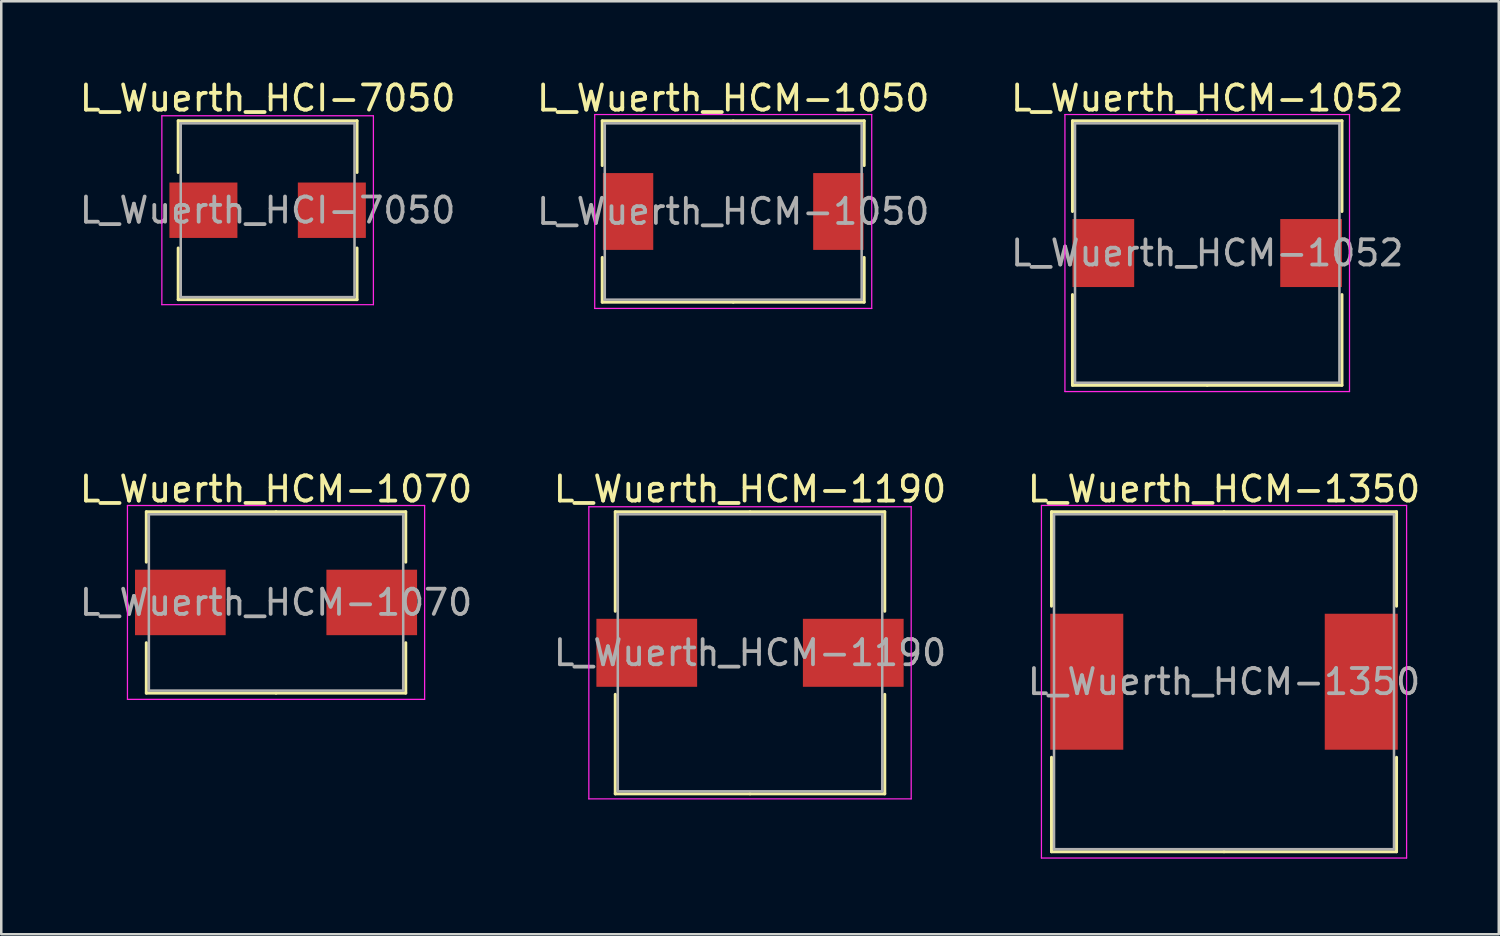
<source format=kicad_pcb>
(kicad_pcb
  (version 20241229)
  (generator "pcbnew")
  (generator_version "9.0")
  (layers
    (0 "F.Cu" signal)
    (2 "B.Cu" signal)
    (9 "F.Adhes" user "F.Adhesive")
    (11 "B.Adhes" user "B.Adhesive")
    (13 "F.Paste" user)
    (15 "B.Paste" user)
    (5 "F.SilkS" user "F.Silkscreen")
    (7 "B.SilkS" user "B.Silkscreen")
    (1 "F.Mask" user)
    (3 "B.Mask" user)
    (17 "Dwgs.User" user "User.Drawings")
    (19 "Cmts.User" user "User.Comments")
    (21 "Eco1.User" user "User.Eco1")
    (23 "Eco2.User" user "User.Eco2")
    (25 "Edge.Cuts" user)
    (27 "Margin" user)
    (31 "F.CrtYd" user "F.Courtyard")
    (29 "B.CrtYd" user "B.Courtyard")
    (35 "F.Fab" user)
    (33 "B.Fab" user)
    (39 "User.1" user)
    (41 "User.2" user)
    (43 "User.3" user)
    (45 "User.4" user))
  (footprint "L_Wuerth_HCM-1052"
    (layer "F.Cu")
    (at 44.887 6.998)
    (property "Reference" "L_Wuerth_HCM-1052" (at 0 -6.15 0) (layer "F.SilkS") (effects (font (size 1 1) (thickness 0.15))))
    (attr smd)
    (fp_line (start -5.35 -5.25) (end 0 -5.25) (stroke (width 0.12) (type solid)) (layer "F.SilkS"))
    (fp_line (start -5.35 -1.65) (end -5.35 -5.25) (stroke (width 0.12) (type solid)) (layer "F.SilkS"))
    (fp_line (start -5.35 1.65) (end -5.35 5.25) (stroke (width 0.12) (type solid)) (layer "F.SilkS"))
    (fp_line (start -5.35 5.25) (end 0 5.25) (stroke (width 0.12) (type solid)) (layer "F.SilkS"))
    (fp_line (start 5.35 -5.25) (end 0 -5.25) (stroke (width 0.12) (type solid)) (layer "F.SilkS"))
    (fp_line (start 5.35 -1.65) (end 5.35 -5.25) (stroke (width 0.12) (type solid)) (layer "F.SilkS"))
    (fp_line (start 5.35 1.65) (end 5.35 5.25) (stroke (width 0.12) (type solid)) (layer "F.SilkS"))
    (fp_line (start 5.35 5.25) (end 0 5.25) (stroke (width 0.12) (type solid)) (layer "F.SilkS"))
    (fp_line (start -5.65 -5.5) (end -5.65 5.5) (stroke (width 0.05) (type solid)) (layer "F.CrtYd"))
    (fp_line (start -5.65 5.5) (end 5.65 5.5) (stroke (width 0.05) (type solid)) (layer "F.CrtYd"))
    (fp_line (start 5.65 -5.5) (end -5.65 -5.5) (stroke (width 0.05) (type solid)) (layer "F.CrtYd"))
    (fp_line (start 5.65 5.5) (end 5.65 -5.5) (stroke (width 0.05) (type solid)) (layer "F.CrtYd"))
    (fp_line (start -5.25 -5.15) (end -5.25 5.15) (stroke (width 0.1) (type solid)) (layer "F.Fab"))
    (fp_line (start -5.25 5.15) (end 5.25 5.15) (stroke (width 0.1) (type solid)) (layer "F.Fab"))
    (fp_line (start 5.25 -5.15) (end -5.25 -5.15) (stroke (width 0.1) (type solid)) (layer "F.Fab"))
    (fp_line (start 5.25 5.15) (end 5.25 -5.15) (stroke (width 0.1) (type solid)) (layer "F.Fab"))
    (fp_text user "${REFERENCE}" (at 0 0 0) (layer "F.Fab") (effects (font (size 1 1) (thickness 0.15))))
    (pad "1" smd rect (at -4.125 0) (size 2.45 2.7) (layers "F.Cu" "F.Mask" "F.Paste"))
    (pad "2" smd rect (at 4.125 0) (size 2.45 2.7) (layers "F.Cu" "F.Mask" "F.Paste")))
  (footprint "L_Wuerth_HCM-1190"
    (layer "F.Cu")
    (at 26.732 22.872)
    (property "Reference" "L_Wuerth_HCM-1190" (at 0 -6.5 0) (layer "F.SilkS") (effects (font (size 1 1) (thickness 0.15))))
    (attr smd)
    (fp_line (start -5.35 -5.6) (end 0 -5.6) (stroke (width 0.12) (type solid)) (layer "F.SilkS"))
    (fp_line (start -5.35 -1.65) (end -5.35 -5.6) (stroke (width 0.12) (type solid)) (layer "F.SilkS"))
    (fp_line (start -5.35 1.65) (end -5.35 5.6) (stroke (width 0.12) (type solid)) (layer "F.SilkS"))
    (fp_line (start -5.35 5.6) (end 0 5.6) (stroke (width 0.12) (type solid)) (layer "F.SilkS"))
    (fp_line (start 5.35 -5.6) (end 0 -5.6) (stroke (width 0.12) (type solid)) (layer "F.SilkS"))
    (fp_line (start 5.35 -1.65) (end 5.35 -5.6) (stroke (width 0.12) (type solid)) (layer "F.SilkS"))
    (fp_line (start 5.35 1.65) (end 5.35 5.6) (stroke (width 0.12) (type solid)) (layer "F.SilkS"))
    (fp_line (start 5.35 5.6) (end 0 5.6) (stroke (width 0.12) (type solid)) (layer "F.SilkS"))
    (fp_line (start -6.4 -5.8) (end -6.4 5.8) (stroke (width 0.05) (type solid)) (layer "F.CrtYd"))
    (fp_line (start -6.4 5.8) (end 6.4 5.8) (stroke (width 0.05) (type solid)) (layer "F.CrtYd"))
    (fp_line (start 6.4 -5.8) (end -6.4 -5.8) (stroke (width 0.05) (type solid)) (layer "F.CrtYd"))
    (fp_line (start 6.4 5.8) (end 6.4 -5.8) (stroke (width 0.05) (type solid)) (layer "F.CrtYd"))
    (fp_line (start -5.25 -5.5) (end -5.25 5.5) (stroke (width 0.1) (type solid)) (layer "F.Fab"))
    (fp_line (start -5.25 5.5) (end 5.25 5.5) (stroke (width 0.1) (type solid)) (layer "F.Fab"))
    (fp_line (start 5.25 -5.5) (end -5.25 -5.5) (stroke (width 0.1) (type solid)) (layer "F.Fab"))
    (fp_line (start 5.25 5.5) (end 5.25 -5.5) (stroke (width 0.1) (type solid)) (layer "F.Fab"))
    (fp_text user "${REFERENCE}" (at 0 0 0) (layer "F.Fab") (effects (font (size 1 1) (thickness 0.15))))
    (pad "1" smd rect (at -4.1 0) (size 4 2.7) (layers "F.Cu" "F.Mask" "F.Paste"))
    (pad "2" smd rect (at 4.1 0) (size 4 2.7) (layers "F.Cu" "F.Mask" "F.Paste")))
  (footprint "L_Wuerth_HCI-7050"
    (layer "F.Cu")
    (at 7.577 5.298)
    (property "Reference" "L_Wuerth_HCI-7050" (at 0 -4.45 0) (layer "F.SilkS") (effects (font (size 1 1) (thickness 0.15))))
    (attr smd)
    (fp_line (start -3.55 -3.55) (end 3.55 -3.55) (stroke (width 0.12) (type solid)) (layer "F.SilkS"))
    (fp_line (start -3.55 -1.5) (end -3.55 -3.55) (stroke (width 0.12) (type solid)) (layer "F.SilkS"))
    (fp_line (start -3.55 1.5) (end -3.55 3.55) (stroke (width 0.12) (type solid)) (layer "F.SilkS"))
    (fp_line (start -3.55 3.55) (end 3.55 3.55) (stroke (width 0.12) (type solid)) (layer "F.SilkS"))
    (fp_line (start 3.55 -3.55) (end 3.55 -1.5) (stroke (width 0.12) (type solid)) (layer "F.SilkS"))
    (fp_line (start 3.55 3.55) (end 3.55 1.5) (stroke (width 0.12) (type solid)) (layer "F.SilkS"))
    (fp_line (start -4.2 -3.75) (end -4.2 3.75) (stroke (width 0.05) (type solid)) (layer "F.CrtYd"))
    (fp_line (start -4.2 3.75) (end 4.2 3.75) (stroke (width 0.05) (type solid)) (layer "F.CrtYd"))
    (fp_line (start 4.2 -3.75) (end -4.2 -3.75) (stroke (width 0.05) (type solid)) (layer "F.CrtYd"))
    (fp_line (start 4.2 3.75) (end 4.2 -3.75) (stroke (width 0.05) (type solid)) (layer "F.CrtYd"))
    (fp_line (start -3.45 -3.45) (end -3.45 3.45) (stroke (width 0.1) (type solid)) (layer "F.Fab"))
    (fp_line (start -3.45 3.45) (end 3.45 3.45) (stroke (width 0.1) (type solid)) (layer "F.Fab"))
    (fp_line (start 3.45 -3.45) (end -3.45 -3.45) (stroke (width 0.1) (type solid)) (layer "F.Fab"))
    (fp_line (start 3.45 3.45) (end 3.45 -3.45) (stroke (width 0.1) (type solid)) (layer "F.Fab"))
    (fp_text user "${REFERENCE}" (at 0 0 0) (layer "F.Fab") (effects (font (size 1 1) (thickness 0.15))))
    (pad "1" smd rect (at -2.55 0) (size 2.7 2.2) (layers "F.Cu" "F.Mask" "F.Paste"))
    (pad "2" smd rect (at 2.55 0) (size 2.7 2.2) (layers "F.Cu" "F.Mask" "F.Paste")))
  (footprint "L_Wuerth_HCM-1050"
    (layer "F.Cu")
    (at 26.065 5.348)
    (property "Reference" "L_Wuerth_HCM-1050" (at 0 -4.5 0) (layer "F.SilkS") (effects (font (size 1 1) (thickness 0.15))))
    (attr smd)
    (fp_line (start -5.2 -3.6) (end 0 -3.6) (stroke (width 0.12) (type solid)) (layer "F.SilkS"))
    (fp_line (start -5.2 -1.825) (end -5.2 -3.6) (stroke (width 0.12) (type solid)) (layer "F.SilkS"))
    (fp_line (start -5.2 1.825) (end -5.2 3.6) (stroke (width 0.12) (type solid)) (layer "F.SilkS"))
    (fp_line (start -5.2 3.6) (end 0 3.6) (stroke (width 0.12) (type solid)) (layer "F.SilkS"))
    (fp_line (start 5.2 -3.6) (end 0 -3.6) (stroke (width 0.12) (type solid)) (layer "F.SilkS"))
    (fp_line (start 5.2 -1.825) (end 5.2 -3.6) (stroke (width 0.12) (type solid)) (layer "F.SilkS"))
    (fp_line (start 5.2 1.825) (end 5.2 3.6) (stroke (width 0.12) (type solid)) (layer "F.SilkS"))
    (fp_line (start 5.2 3.6) (end 0 3.6) (stroke (width 0.12) (type solid)) (layer "F.SilkS"))
    (fp_line (start -5.5 -3.85) (end -5.5 3.85) (stroke (width 0.05) (type solid)) (layer "F.CrtYd"))
    (fp_line (start -5.5 3.85) (end 5.5 3.85) (stroke (width 0.05) (type solid)) (layer "F.CrtYd"))
    (fp_line (start 5.5 -3.85) (end -5.5 -3.85) (stroke (width 0.05) (type solid)) (layer "F.CrtYd"))
    (fp_line (start 5.5 3.85) (end 5.5 -3.85) (stroke (width 0.05) (type solid)) (layer "F.CrtYd"))
    (fp_line (start -5.1 -3.5) (end -5.1 3.5) (stroke (width 0.1) (type solid)) (layer "F.Fab"))
    (fp_line (start -5.1 3.5) (end 5.1 3.5) (stroke (width 0.1) (type solid)) (layer "F.Fab"))
    (fp_line (start 5.1 -3.5) (end -5.1 -3.5) (stroke (width 0.1) (type solid)) (layer "F.Fab"))
    (fp_line (start 5.1 3.5) (end 5.1 -3.5) (stroke (width 0.1) (type solid)) (layer "F.Fab"))
    (fp_text user "${REFERENCE}" (at 0 0 0) (layer "F.Fab") (effects (font (size 1 1) (thickness 0.15))))
    (pad "1" smd rect (at -4.175 0) (size 2 3.05) (layers "F.Cu" "F.Mask" "F.Paste"))
    (pad "2" smd rect (at 4.175 0) (size 2 3.05) (layers "F.Cu" "F.Mask" "F.Paste")))
  (footprint "L_Wuerth_HCM-1350"
    (layer "F.Cu")
    (at 45.554 24.021)
    (property "Reference" "L_Wuerth_HCM-1350" (at 0 -7.65 0) (layer "F.SilkS") (effects (font (size 1 1) (thickness 0.15))))
    (attr smd)
    (fp_line (start -6.85 -6.75) (end 0 -6.75) (stroke (width 0.12) (type solid)) (layer "F.SilkS"))
    (fp_line (start -6.85 -3) (end -6.85 -6.75) (stroke (width 0.12) (type solid)) (layer "F.SilkS"))
    (fp_line (start -6.85 3) (end -6.85 6.75) (stroke (width 0.12) (type solid)) (layer "F.SilkS"))
    (fp_line (start -6.85 6.75) (end 0 6.75) (stroke (width 0.12) (type solid)) (layer "F.SilkS"))
    (fp_line (start 6.85 -6.75) (end 0 -6.75) (stroke (width 0.12) (type solid)) (layer "F.SilkS"))
    (fp_line (start 6.85 -3) (end 6.85 -6.75) (stroke (width 0.12) (type solid)) (layer "F.SilkS"))
    (fp_line (start 6.85 3) (end 6.85 6.75) (stroke (width 0.12) (type solid)) (layer "F.SilkS"))
    (fp_line (start 6.85 6.75) (end 0 6.75) (stroke (width 0.12) (type solid)) (layer "F.SilkS"))
    (fp_line (start -7.25 -7) (end -7.25 7) (stroke (width 0.05) (type solid)) (layer "F.CrtYd"))
    (fp_line (start -7.25 7) (end 7.25 7) (stroke (width 0.05) (type solid)) (layer "F.CrtYd"))
    (fp_line (start 7.25 -7) (end -7.25 -7) (stroke (width 0.05) (type solid)) (layer "F.CrtYd"))
    (fp_line (start 7.25 7) (end 7.25 -7) (stroke (width 0.05) (type solid)) (layer "F.CrtYd"))
    (fp_line (start -6.75 -6.65) (end -6.75 6.65) (stroke (width 0.1) (type solid)) (layer "F.Fab"))
    (fp_line (start -6.75 6.65) (end 6.75 6.65) (stroke (width 0.1) (type solid)) (layer "F.Fab"))
    (fp_line (start 6.75 -6.65) (end -6.75 -6.65) (stroke (width 0.1) (type solid)) (layer "F.Fab"))
    (fp_line (start 6.75 6.65) (end 6.75 -6.65) (stroke (width 0.1) (type solid)) (layer "F.Fab"))
    (fp_text user "${REFERENCE}" (at 0 0 0) (layer "F.Fab") (effects (font (size 1 1) (thickness 0.15))))
    (pad "1" smd rect (at -5.45 0) (size 2.9 5.4) (layers "F.Cu" "F.Mask" "F.Paste"))
    (pad "2" smd rect (at 5.45 0) (size 2.9 5.4) (layers "F.Cu" "F.Mask" "F.Paste")))
  (footprint "L_Wuerth_HCM-1070"
    (layer "F.Cu")
    (at 7.911 20.872)
    (property "Reference" "L_Wuerth_HCM-1070" (at 0 -4.5 0) (layer "F.SilkS") (effects (font (size 1 1) (thickness 0.15))))
    (attr smd)
    (fp_line (start -5.15 -3.6) (end 0 -3.6) (stroke (width 0.12) (type solid)) (layer "F.SilkS"))
    (fp_line (start -5.15 -1.6) (end -5.15 -3.6) (stroke (width 0.12) (type solid)) (layer "F.SilkS"))
    (fp_line (start -5.15 1.6) (end -5.15 3.6) (stroke (width 0.12) (type solid)) (layer "F.SilkS"))
    (fp_line (start -5.15 3.6) (end 0 3.6) (stroke (width 0.12) (type solid)) (layer "F.SilkS"))
    (fp_line (start 5.15 -3.6) (end 0 -3.6) (stroke (width 0.12) (type solid)) (layer "F.SilkS"))
    (fp_line (start 5.15 -1.6) (end 5.15 -3.6) (stroke (width 0.12) (type solid)) (layer "F.SilkS"))
    (fp_line (start 5.15 1.6) (end 5.15 3.6) (stroke (width 0.12) (type solid)) (layer "F.SilkS"))
    (fp_line (start 5.15 3.6) (end 0 3.6) (stroke (width 0.12) (type solid)) (layer "F.SilkS"))
    (fp_line (start -5.9 -3.85) (end -5.9 3.85) (stroke (width 0.05) (type solid)) (layer "F.CrtYd"))
    (fp_line (start -5.9 3.85) (end 5.9 3.85) (stroke (width 0.05) (type solid)) (layer "F.CrtYd"))
    (fp_line (start 5.9 -3.85) (end -5.9 -3.85) (stroke (width 0.05) (type solid)) (layer "F.CrtYd"))
    (fp_line (start 5.9 3.85) (end 5.9 -3.85) (stroke (width 0.05) (type solid)) (layer "F.CrtYd"))
    (fp_line (start -5.05 -3.5) (end -5.05 3.5) (stroke (width 0.1) (type solid)) (layer "F.Fab"))
    (fp_line (start -5.05 3.5) (end 5.05 3.5) (stroke (width 0.1) (type solid)) (layer "F.Fab"))
    (fp_line (start 5.05 -3.5) (end -5.05 -3.5) (stroke (width 0.1) (type solid)) (layer "F.Fab"))
    (fp_line (start 5.05 3.5) (end 5.05 -3.5) (stroke (width 0.1) (type solid)) (layer "F.Fab"))
    (fp_text user "${REFERENCE}" (at 0 0 0) (layer "F.Fab") (effects (font (size 1 1) (thickness 0.15))))
    (pad "1" smd rect (at -3.8 0) (size 3.6 2.6) (layers "F.Cu" "F.Mask" "F.Paste"))
    (pad "2" smd rect (at 3.8 0) (size 3.6 2.6) (layers "F.Cu" "F.Mask" "F.Paste")))
  (gr_rect
    (start -3 -3)
    (end 56.464 34.047)
    (stroke (width 0.1) (type default))
    (fill no)
    (layer "Edge.Cuts")))
</source>
